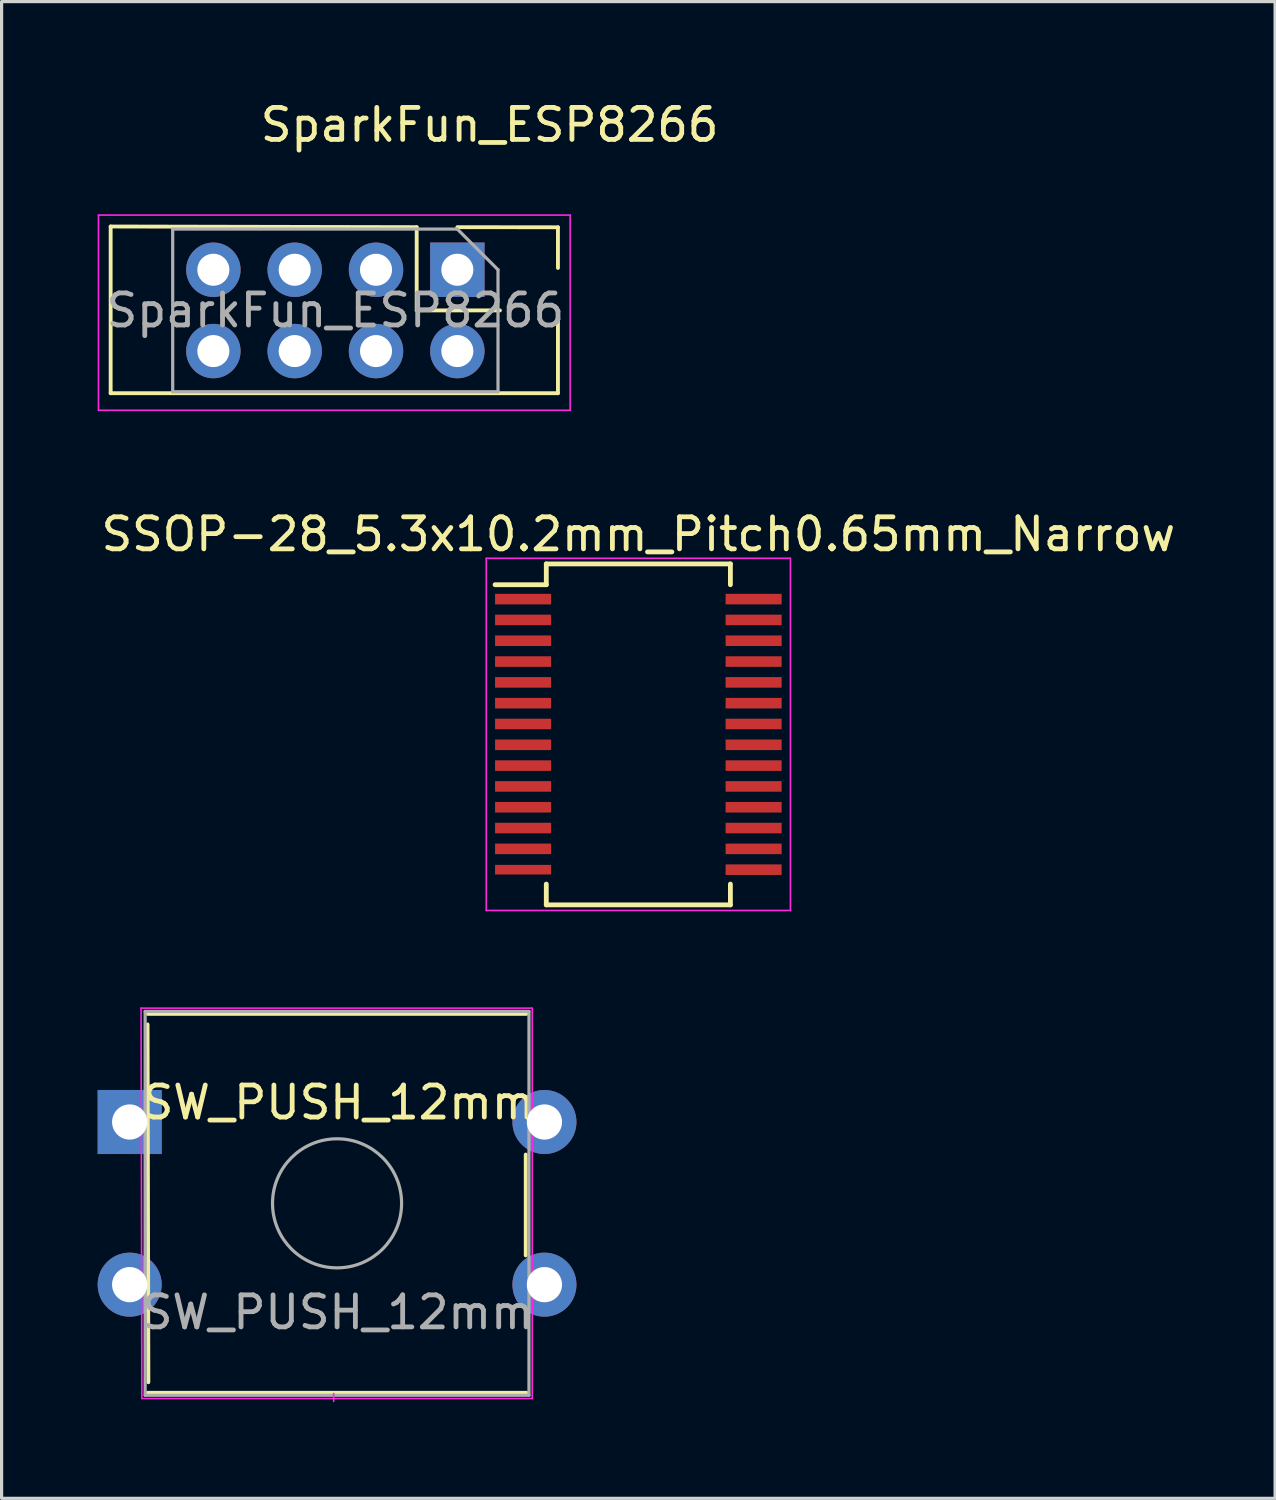
<source format=kicad_pcb>
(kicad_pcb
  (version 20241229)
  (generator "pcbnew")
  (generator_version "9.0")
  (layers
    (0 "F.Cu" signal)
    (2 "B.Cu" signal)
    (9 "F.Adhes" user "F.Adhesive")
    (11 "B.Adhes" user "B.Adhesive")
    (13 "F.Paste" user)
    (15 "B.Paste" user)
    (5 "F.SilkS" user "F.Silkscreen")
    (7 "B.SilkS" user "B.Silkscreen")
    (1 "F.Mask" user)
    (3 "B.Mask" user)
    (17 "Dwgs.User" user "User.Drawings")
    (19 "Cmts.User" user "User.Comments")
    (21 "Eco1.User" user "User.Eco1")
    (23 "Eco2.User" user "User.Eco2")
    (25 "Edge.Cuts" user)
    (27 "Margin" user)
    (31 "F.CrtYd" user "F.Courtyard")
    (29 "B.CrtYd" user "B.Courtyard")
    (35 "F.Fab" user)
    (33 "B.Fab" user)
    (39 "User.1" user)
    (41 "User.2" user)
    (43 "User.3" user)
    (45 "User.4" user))
  (footprint "SSOP-28_5.3x10.2mm_Pitch0.65mm_Narrow"
    (layer "F.Cu")
    (at 16.887 19.887)
    (property "Reference" "SSOP-28_5.3x10.2mm_Pitch0.65mm_Narrow" (at 0 -6.25 0) (layer "F.SilkS") (effects (font (size 1 1) (thickness 0.15))))
    (attr smd)
    (fp_line (start -2.875 -5.325) (end -2.875 -4.675) (stroke (width 0.15) (type solid)) (layer "F.SilkS"))
    (fp_line (start -2.875 -5.325) (end 2.875 -5.325) (stroke (width 0.15) (type solid)) (layer "F.SilkS"))
    (fp_line (start -2.875 -4.675) (end -4.475 -4.675) (stroke (width 0.15) (type solid)) (layer "F.SilkS"))
    (fp_line (start -2.875 5.325) (end -2.875 4.675) (stroke (width 0.15) (type solid)) (layer "F.SilkS"))
    (fp_line (start -2.875 5.325) (end 2.875 5.325) (stroke (width 0.15) (type solid)) (layer "F.SilkS"))
    (fp_line (start 2.875 -5.325) (end 2.875 -4.675) (stroke (width 0.15) (type solid)) (layer "F.SilkS"))
    (fp_line (start 2.875 5.325) (end 2.875 4.675) (stroke (width 0.15) (type solid)) (layer "F.SilkS"))
    (fp_line (start -4.75 -5.5) (end -4.75 5.5) (stroke (width 0.05) (type solid)) (layer "F.CrtYd"))
    (fp_line (start -4.75 -5.5) (end 4.75 -5.5) (stroke (width 0.05) (type solid)) (layer "F.CrtYd"))
    (fp_line (start -4.75 5.5) (end 4.75 5.5) (stroke (width 0.05) (type solid)) (layer "F.CrtYd"))
    (fp_line (start 4.75 -5.5) (end 4.75 5.5) (stroke (width 0.05) (type solid)) (layer "F.CrtYd"))
    (pad "1" smd rect (at -3.6 -4.225) (size 1.75 0.33) (layers "F.Cu" "F.Mask" "F.Paste"))
    (pad "2" smd rect (at -3.6 -3.575) (size 1.75 0.33) (layers "F.Cu" "F.Mask" "F.Paste"))
    (pad "3" smd rect (at -3.6 -2.925) (size 1.75 0.33) (layers "F.Cu" "F.Mask" "F.Paste"))
    (pad "4" smd rect (at -3.6 -2.275) (size 1.75 0.33) (layers "F.Cu" "F.Mask" "F.Paste"))
    (pad "5" smd rect (at -3.6 -1.625) (size 1.75 0.33) (layers "F.Cu" "F.Mask" "F.Paste"))
    (pad "6" smd rect (at -3.6 -0.975) (size 1.75 0.33) (layers "F.Cu" "F.Mask" "F.Paste"))
    (pad "7" smd rect (at -3.6 -0.325) (size 1.75 0.33) (layers "F.Cu" "F.Mask" "F.Paste"))
    (pad "8" smd rect (at -3.6 0.325) (size 1.75 0.33) (layers "F.Cu" "F.Mask" "F.Paste"))
    (pad "9" smd rect (at -3.6 0.975) (size 1.75 0.33) (layers "F.Cu" "F.Mask" "F.Paste"))
    (pad "10" smd rect (at -3.6 1.625) (size 1.75 0.33) (layers "F.Cu" "F.Mask" "F.Paste"))
    (pad "11" smd rect (at -3.6 2.275) (size 1.75 0.33) (layers "F.Cu" "F.Mask" "F.Paste"))
    (pad "12" smd rect (at -3.6 2.925) (size 1.75 0.33) (layers "F.Cu" "F.Mask" "F.Paste"))
    (pad "13" smd rect (at -3.6 3.575) (size 1.75 0.33) (layers "F.Cu" "F.Mask" "F.Paste"))
    (pad "14" smd rect (at -3.6 4.225) (size 1.75 0.3) (layers "F.Cu" "F.Mask" "F.Paste"))
    (pad "15" smd rect (at 3.6 4.225) (size 1.75 0.33) (layers "F.Cu" "F.Mask" "F.Paste"))
    (pad "16" smd rect (at 3.6 3.575) (size 1.75 0.33) (layers "F.Cu" "F.Mask" "F.Paste"))
    (pad "17" smd rect (at 3.6 2.925) (size 1.75 0.33) (layers "F.Cu" "F.Mask" "F.Paste"))
    (pad "18" smd rect (at 3.6 2.275) (size 1.75 0.33) (layers "F.Cu" "F.Mask" "F.Paste"))
    (pad "19" smd rect (at 3.6 1.625) (size 1.75 0.33) (layers "F.Cu" "F.Mask" "F.Paste"))
    (pad "20" smd rect (at 3.6 0.975) (size 1.75 0.33) (layers "F.Cu" "F.Mask" "F.Paste"))
    (pad "21" smd rect (at 3.6 0.325) (size 1.75 0.33) (layers "F.Cu" "F.Mask" "F.Paste"))
    (pad "22" smd rect (at 3.6 -0.325) (size 1.75 0.33) (layers "F.Cu" "F.Mask" "F.Paste"))
    (pad "23" smd rect (at 3.6 -0.975) (size 1.75 0.33) (layers "F.Cu" "F.Mask" "F.Paste"))
    (pad "24" smd rect (at 3.6 -1.625) (size 1.75 0.33) (layers "F.Cu" "F.Mask" "F.Paste"))
    (pad "25" smd rect (at 3.6 -2.275) (size 1.75 0.33) (layers "F.Cu" "F.Mask" "F.Paste"))
    (pad "26" smd rect (at 3.6 -2.925) (size 1.75 0.33) (layers "F.Cu" "F.Mask" "F.Paste"))
    (pad "27" smd rect (at 3.6 -3.575) (size 1.75 0.33) (layers "F.Cu" "F.Mask" "F.Paste"))
    (pad "28" smd rect (at 3.6 -4.225) (size 1.75 0.33) (layers "F.Cu" "F.Mask" "F.Paste")))
  (footprint "SW_PUSH_12mm"
    (layer "F.Cu")
    (at 7.477 34.533)
    (property "Reference" "SW_PUSH_12mm" (at 0.051 -3.15 180) (layer "F.SilkS") (effects (font (size 1 1) (thickness 0.15))))
    (attr through_hole)
    (fp_line (start -5.918 -5.588) (end -5.893 5.588) (stroke (width 0.12) (type solid)) (layer "F.SilkS"))
    (fp_line (start -5.918 5.918) (end 5.918 5.918) (stroke (width 0.12) (type solid)) (layer "F.SilkS"))
    (fp_line (start 5.893 1.626) (end 5.893 -1.524) (stroke (width 0.12) (type solid)) (layer "F.SilkS"))
    (fp_line (start 5.918 -5.918) (end -5.918 -5.918) (stroke (width 0.12) (type solid)) (layer "F.SilkS"))
    (fp_line (start -6.121 -6.096) (end 6.096 -6.096) (stroke (width 0.05) (type solid)) (layer "F.CrtYd"))
    (fp_line (start -6.096 6.096) (end -6.121 -6.096) (stroke (width 0.05) (type solid)) (layer "F.CrtYd"))
    (fp_line (start -0.105 6.188) (end -0.105 5.938) (stroke (width 0.05) (type solid)) (layer "F.CrtYd"))
    (fp_line (start 6.096 -6.096) (end 6.096 6.096) (stroke (width 0.05) (type solid)) (layer "F.CrtYd"))
    (fp_line (start 6.096 6.096) (end -6.096 6.096) (stroke (width 0.05) (type solid)) (layer "F.CrtYd"))
    (fp_line (start -5.994 -5.994) (end 5.994 -5.994) (stroke (width 0.1) (type solid)) (layer "F.Fab"))
    (fp_line (start -5.994 5.994) (end -5.994 -5.994) (stroke (width 0.1) (type solid)) (layer "F.Fab"))
    (fp_line (start 5.994 -5.994) (end 5.994 5.994) (stroke (width 0.1) (type solid)) (layer "F.Fab"))
    (fp_line (start 5.994 5.994) (end -5.994 5.994) (stroke (width 0.1) (type solid)) (layer "F.Fab"))
    (fp_circle (center 0 0) (end 0.25 2) (stroke (width 0.1) (type solid)) (fill no) (layer "F.Fab"))
    (fp_text user "${REFERENCE}" (at 0.025 3.404 180) (layer "F.Fab") (effects (font (size 1 1) (thickness 0.15))))
    (pad "1" thru_hole rect (at -6.477 -2.54 180) (size 2 2) (drill 1.1) (layers "*.Cu" "*.Mask"))
    (pad "2" thru_hole circle (at 6.477 -2.54 180) (size 2 2) (drill 1.1) (layers "*.Cu" "*.Mask"))
    (pad "3" thru_hole circle (at 6.477 2.54 180) (size 2 2) (drill 1.1) (layers "*.Cu" "*.Mask"))
    (pad "4" thru_hole circle (at -6.477 2.54 180) (size 2 2) (drill 1.1) (layers "*.Cu" "*.Mask")))
  (footprint "SparkFun_ESP8266"
    (layer "F.Cu")
    (at 11.201 5.446)
    (property "Reference" "SparkFun_ESP8266" (at 1.041 -4.597 0) (layer "F.SilkS") (effects (font (size 1 1) (thickness 0.15))))
    (attr through_hole)
    (fp_line (start -10.795 -1.422) (end -10.795 3.785) (stroke (width 0.12) (type solid)) (layer "F.SilkS"))
    (fp_line (start -1.237 -1.401) (end -10.795 -1.422) (stroke (width 0.12) (type solid)) (layer "F.SilkS"))
    (fp_line (start -1.237 -1.401) (end -1.237 1.199) (stroke (width 0.12) (type solid)) (layer "F.SilkS"))
    (fp_line (start -1.237 1.199) (end 1.363 1.199) (stroke (width 0.12) (type solid)) (layer "F.SilkS"))
    (fp_line (start 0.033 -1.401) (end 3.175 -1.397) (stroke (width 0.12) (type solid)) (layer "F.SilkS"))
    (fp_line (start 3.175 -1.397) (end 3.175 -0.127) (stroke (width 0.12) (type solid)) (layer "F.SilkS"))
    (fp_line (start 3.175 1.194) (end 3.175 3.785) (stroke (width 0.12) (type solid)) (layer "F.SilkS"))
    (fp_line (start 3.175 3.785) (end -10.795 3.785) (stroke (width 0.12) (type solid)) (layer "F.SilkS"))
    (fp_line (start -11.176 -1.778) (end -11.176 4.318) (stroke (width 0.05) (type solid)) (layer "F.CrtYd"))
    (fp_line (start -11.176 4.318) (end 3.556 4.318) (stroke (width 0.05) (type solid)) (layer "F.CrtYd"))
    (fp_line (start 3.556 -1.778) (end -11.176 -1.778) (stroke (width 0.05) (type solid)) (layer "F.CrtYd"))
    (fp_line (start 3.556 4.318) (end 3.556 -1.778) (stroke (width 0.05) (type solid)) (layer "F.CrtYd"))
    (fp_line (start -8.857 -1.341) (end 0.033 -1.341) (stroke (width 0.1) (type solid)) (layer "F.Fab"))
    (fp_line (start -8.857 3.739) (end -8.857 -1.341) (stroke (width 0.1) (type solid)) (layer "F.Fab"))
    (fp_line (start 0.033 -1.341) (end 1.303 -0.071) (stroke (width 0.1) (type solid)) (layer "F.Fab"))
    (fp_line (start 1.303 -0.071) (end 1.303 3.739) (stroke (width 0.1) (type solid)) (layer "F.Fab"))
    (fp_line (start 1.303 3.739) (end -8.857 3.739) (stroke (width 0.1) (type solid)) (layer "F.Fab"))
    (fp_text user "${REFERENCE}" (at -3.777 1.199 0) (layer "F.Fab") (effects (font (size 1 1) (thickness 0.15))))
    (pad "1" thru_hole rect (at 0.033 -0.071 270) (size 1.7 1.7) (drill 1) (layers "*.Cu" "*.Mask"))
    (pad "2" thru_hole oval (at 0.033 2.469 270) (size 1.7 1.7) (drill 1) (layers "*.Cu" "*.Mask"))
    (pad "3" thru_hole oval (at -2.507 -0.071 270) (size 1.7 1.7) (drill 1) (layers "*.Cu" "*.Mask"))
    (pad "4" thru_hole oval (at -2.507 2.469 270) (size 1.7 1.7) (drill 1) (layers "*.Cu" "*.Mask"))
    (pad "5" thru_hole oval (at -5.047 -0.071 270) (size 1.7 1.7) (drill 1) (layers "*.Cu" "*.Mask"))
    (pad "6" thru_hole oval (at -5.047 2.469 270) (size 1.7 1.7) (drill 1) (layers "*.Cu" "*.Mask"))
    (pad "7" thru_hole oval (at -7.587 -0.071 270) (size 1.7 1.7) (drill 1) (layers "*.Cu" "*.Mask"))
    (pad "8" thru_hole oval (at -7.587 2.469 270) (size 1.7 1.7) (drill 1) (layers "*.Cu" "*.Mask")))
  (gr_rect
    (start -3 -3)
    (end 36.774 43.746)
    (stroke (width 0.1) (type default))
    (fill no)
    (layer "Edge.Cuts")))
</source>
